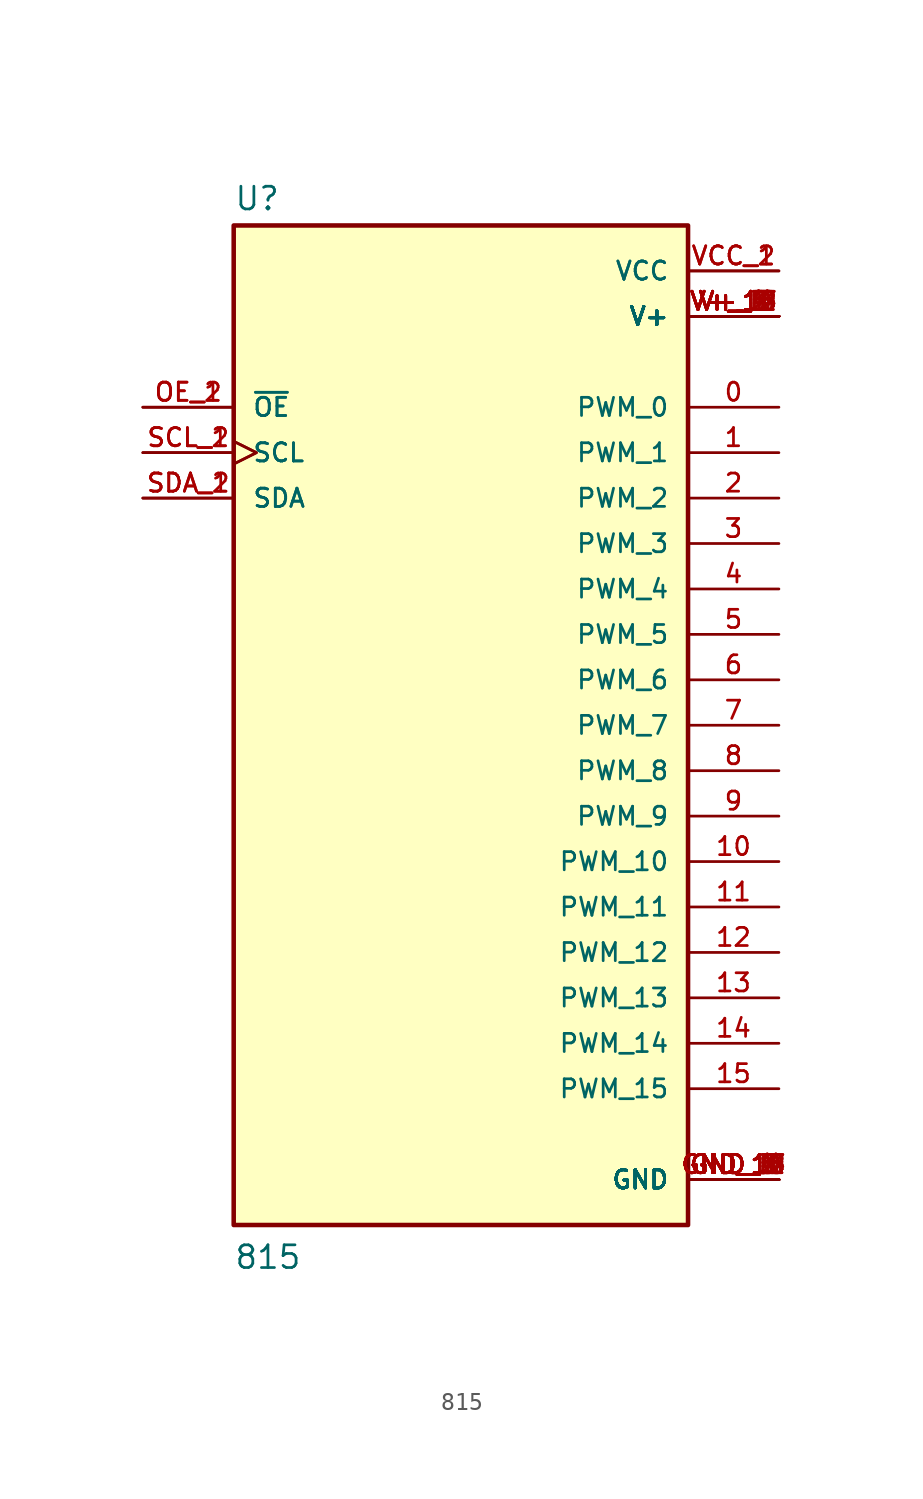
<source format=kicad_sym>
(kicad_symbol_lib
  (version 20211014)
  (generator kicad_symbol_editor)
  (symbol "815"
    (pin_names
      (offset 1.016))
    (property "Reference" "U"
      (at -12.7 28.702 0)
      (effects (font (size 1.27 1.27)) (justify bottom left)))
    (property "Value" "815"
      (at -12.7 -30.48 0)
      (effects (font (size 1.27 1.27)) (justify bottom left)))
    (symbol "815_0_0"
      (rectangle (start -12.7 -27.94) (end 12.7 27.94) (stroke (width 0.254)) (fill (type background)))
      (pin power_in line (at 17.78 -25.4 180.0) (length 5.08) (name "GND" (effects (font (size 1.016 1.016)))) (number "GND_1" (effects (font (size 1.016 1.016)))))
      (pin power_in line (at 17.78 -25.4 180.0) (length 5.08) (name "GND" (effects (font (size 1.016 1.016)))) (number "GND_2" (effects (font (size 1.016 1.016)))))
      (pin power_in line (at 17.78 -25.4 180.0) (length 5.08) (name "GND" (effects (font (size 1.016 1.016)))) (number "GND_3" (effects (font (size 1.016 1.016)))))
      (pin power_in line (at 17.78 -25.4 180.0) (length 5.08) (name "GND" (effects (font (size 1.016 1.016)))) (number "GND_4" (effects (font (size 1.016 1.016)))))
      (pin power_in line (at 17.78 -25.4 180.0) (length 5.08) (name "GND" (effects (font (size 1.016 1.016)))) (number "GND_5" (effects (font (size 1.016 1.016)))))
      (pin power_in line (at 17.78 -25.4 180.0) (length 5.08) (name "GND" (effects (font (size 1.016 1.016)))) (number "GND_6" (effects (font (size 1.016 1.016)))))
      (pin power_in line (at 17.78 -25.4 180.0) (length 5.08) (name "GND" (effects (font (size 1.016 1.016)))) (number "GND_7" (effects (font (size 1.016 1.016)))))
      (pin power_in line (at 17.78 -25.4 180.0) (length 5.08) (name "GND" (effects (font (size 1.016 1.016)))) (number "GND_8" (effects (font (size 1.016 1.016)))))
      (pin power_in line (at 17.78 -25.4 180.0) (length 5.08) (name "GND" (effects (font (size 1.016 1.016)))) (number "GND_9" (effects (font (size 1.016 1.016)))))
      (pin power_in line (at 17.78 -25.4 180.0) (length 5.08) (name "GND" (effects (font (size 1.016 1.016)))) (number "GND_10" (effects (font (size 1.016 1.016)))))
      (pin power_in line (at 17.78 -25.4 180.0) (length 5.08) (name "GND" (effects (font (size 1.016 1.016)))) (number "GND_11" (effects (font (size 1.016 1.016)))))
      (pin power_in line (at 17.78 -25.4 180.0) (length 5.08) (name "GND" (effects (font (size 1.016 1.016)))) (number "GND_12" (effects (font (size 1.016 1.016)))))
      (pin power_in line (at 17.78 -25.4 180.0) (length 5.08) (name "GND" (effects (font (size 1.016 1.016)))) (number "GND_13" (effects (font (size 1.016 1.016)))))
      (pin power_in line (at 17.78 -25.4 180.0) (length 5.08) (name "GND" (effects (font (size 1.016 1.016)))) (number "GND_14" (effects (font (size 1.016 1.016)))))
      (pin power_in line (at 17.78 -25.4 180.0) (length 5.08) (name "GND" (effects (font (size 1.016 1.016)))) (number "GND_15" (effects (font (size 1.016 1.016)))))
      (pin power_in line (at 17.78 -25.4 180.0) (length 5.08) (name "GND" (effects (font (size 1.016 1.016)))) (number "GND_16" (effects (font (size 1.016 1.016)))))
      (pin power_in line (at 17.78 -25.4 180.0) (length 5.08) (name "GND" (effects (font (size 1.016 1.016)))) (number "GND_17" (effects (font (size 1.016 1.016)))))
      (pin power_in line (at 17.78 -25.4 180.0) (length 5.08) (name "GND" (effects (font (size 1.016 1.016)))) (number "GND_18" (effects (font (size 1.016 1.016)))))
      (pin power_in line (at 17.78 25.4 180.0) (length 5.08) (name "VCC" (effects (font (size 1.016 1.016)))) (number "VCC_1" (effects (font (size 1.016 1.016)))))
      (pin power_in line (at 17.78 25.4 180.0) (length 5.08) (name "VCC" (effects (font (size 1.016 1.016)))) (number "VCC_2" (effects (font (size 1.016 1.016)))))
      (pin power_in line (at 17.78 22.86 180.0) (length 5.08) (name "V+" (effects (font (size 1.016 1.016)))) (number "V+_1" (effects (font (size 1.016 1.016)))))
      (pin power_in line (at 17.78 22.86 180.0) (length 5.08) (name "V+" (effects (font (size 1.016 1.016)))) (number "V+_2" (effects (font (size 1.016 1.016)))))
      (pin power_in line (at 17.78 22.86 180.0) (length 5.08) (name "V+" (effects (font (size 1.016 1.016)))) (number "V+_3" (effects (font (size 1.016 1.016)))))
      (pin power_in line (at 17.78 22.86 180.0) (length 5.08) (name "V+" (effects (font (size 1.016 1.016)))) (number "V+_4" (effects (font (size 1.016 1.016)))))
      (pin power_in line (at 17.78 22.86 180.0) (length 5.08) (name "V+" (effects (font (size 1.016 1.016)))) (number "V+_5" (effects (font (size 1.016 1.016)))))
      (pin power_in line (at 17.78 22.86 180.0) (length 5.08) (name "V+" (effects (font (size 1.016 1.016)))) (number "V+_6" (effects (font (size 1.016 1.016)))))
      (pin power_in line (at 17.78 22.86 180.0) (length 5.08) (name "V+" (effects (font (size 1.016 1.016)))) (number "V+_7" (effects (font (size 1.016 1.016)))))
      (pin power_in line (at 17.78 22.86 180.0) (length 5.08) (name "V+" (effects (font (size 1.016 1.016)))) (number "V+_8" (effects (font (size 1.016 1.016)))))
      (pin power_in line (at 17.78 22.86 180.0) (length 5.08) (name "V+" (effects (font (size 1.016 1.016)))) (number "V+_9" (effects (font (size 1.016 1.016)))))
      (pin power_in line (at 17.78 22.86 180.0) (length 5.08) (name "V+" (effects (font (size 1.016 1.016)))) (number "V+_10" (effects (font (size 1.016 1.016)))))
      (pin power_in line (at 17.78 22.86 180.0) (length 5.08) (name "V+" (effects (font (size 1.016 1.016)))) (number "V+_11" (effects (font (size 1.016 1.016)))))
      (pin power_in line (at 17.78 22.86 180.0) (length 5.08) (name "V+" (effects (font (size 1.016 1.016)))) (number "V+_12" (effects (font (size 1.016 1.016)))))
      (pin power_in line (at 17.78 22.86 180.0) (length 5.08) (name "V+" (effects (font (size 1.016 1.016)))) (number "V+_13" (effects (font (size 1.016 1.016)))))
      (pin power_in line (at 17.78 22.86 180.0) (length 5.08) (name "V+" (effects (font (size 1.016 1.016)))) (number "V+_14" (effects (font (size 1.016 1.016)))))
      (pin power_in line (at 17.78 22.86 180.0) (length 5.08) (name "V+" (effects (font (size 1.016 1.016)))) (number "V+_15" (effects (font (size 1.016 1.016)))))
      (pin power_in line (at 17.78 22.86 180.0) (length 5.08) (name "V+" (effects (font (size 1.016 1.016)))) (number "V+_16" (effects (font (size 1.016 1.016)))))
      (pin power_in line (at 17.78 22.86 180.0) (length 5.08) (name "V+" (effects (font (size 1.016 1.016)))) (number "V+_17" (effects (font (size 1.016 1.016)))))
      (pin power_in line (at 17.78 22.86 180.0) (length 5.08) (name "V+" (effects (font (size 1.016 1.016)))) (number "V+_18" (effects (font (size 1.016 1.016)))))
      (pin input clock (at -17.78 15.24 0) (length 5.08) (name "SCL" (effects (font (size 1.016 1.016)))) (number "SCL_1" (effects (font (size 1.016 1.016)))))
      (pin input clock (at -17.78 15.24 0) (length 5.08) (name "SCL" (effects (font (size 1.016 1.016)))) (number "SCL_2" (effects (font (size 1.016 1.016)))))
      (pin bidirectional line (at -17.78 12.7 0) (length 5.08) (name "SDA" (effects (font (size 1.016 1.016)))) (number "SDA_1" (effects (font (size 1.016 1.016)))))
      (pin bidirectional line (at -17.78 12.7 0) (length 5.08) (name "SDA" (effects (font (size 1.016 1.016)))) (number "SDA_2" (effects (font (size 1.016 1.016)))))
      (pin input line (at -17.78 17.78 0) (length 5.08) (name "~{OE}" (effects (font (size 1.016 1.016)))) (number "OE_1" (effects (font (size 1.016 1.016)))))
      (pin input line (at -17.78 17.78 0) (length 5.08) (name "~{OE}" (effects (font (size 1.016 1.016)))) (number "OE_2" (effects (font (size 1.016 1.016)))))
      (pin output line (at 17.78 17.78 180.0) (length 5.08) (name "PWM_0" (effects (font (size 1.016 1.016)))) (number "0" (effects (font (size 1.016 1.016)))))
      (pin output line (at 17.78 15.24 180.0) (length 5.08) (name "PWM_1" (effects (font (size 1.016 1.016)))) (number "1" (effects (font (size 1.016 1.016)))))
      (pin output line (at 17.78 12.7 180.0) (length 5.08) (name "PWM_2" (effects (font (size 1.016 1.016)))) (number "2" (effects (font (size 1.016 1.016)))))
      (pin output line (at 17.78 10.16 180.0) (length 5.08) (name "PWM_3" (effects (font (size 1.016 1.016)))) (number "3" (effects (font (size 1.016 1.016)))))
      (pin output line (at 17.78 7.62 180.0) (length 5.08) (name "PWM_4" (effects (font (size 1.016 1.016)))) (number "4" (effects (font (size 1.016 1.016)))))
      (pin output line (at 17.78 5.08 180.0) (length 5.08) (name "PWM_5" (effects (font (size 1.016 1.016)))) (number "5" (effects (font (size 1.016 1.016)))))
      (pin output line (at 17.78 2.54 180.0) (length 5.08) (name "PWM_6" (effects (font (size 1.016 1.016)))) (number "6" (effects (font (size 1.016 1.016)))))
      (pin output line (at 17.78 0.0 180.0) (length 5.08) (name "PWM_7" (effects (font (size 1.016 1.016)))) (number "7" (effects (font (size 1.016 1.016)))))
      (pin output line (at 17.78 -2.54 180.0) (length 5.08) (name "PWM_8" (effects (font (size 1.016 1.016)))) (number "8" (effects (font (size 1.016 1.016)))))
      (pin output line (at 17.78 -5.08 180.0) (length 5.08) (name "PWM_9" (effects (font (size 1.016 1.016)))) (number "9" (effects (font (size 1.016 1.016)))))
      (pin output line (at 17.78 -7.62 180.0) (length 5.08) (name "PWM_10" (effects (font (size 1.016 1.016)))) (number "10" (effects (font (size 1.016 1.016)))))
      (pin output line (at 17.78 -10.16 180.0) (length 5.08) (name "PWM_11" (effects (font (size 1.016 1.016)))) (number "11" (effects (font (size 1.016 1.016)))))
      (pin output line (at 17.78 -12.7 180.0) (length 5.08) (name "PWM_12" (effects (font (size 1.016 1.016)))) (number "12" (effects (font (size 1.016 1.016)))))
      (pin output line (at 17.78 -15.24 180.0) (length 5.08) (name "PWM_13" (effects (font (size 1.016 1.016)))) (number "13" (effects (font (size 1.016 1.016)))))
      (pin output line (at 17.78 -17.78 180.0) (length 5.08) (name "PWM_14" (effects (font (size 1.016 1.016)))) (number "14" (effects (font (size 1.016 1.016)))))
      (pin output line (at 17.78 -20.32 180.0) (length 5.08) (name "PWM_15" (effects (font (size 1.016 1.016)))) (number "15" (effects (font (size 1.016 1.016))))))))
</source>
